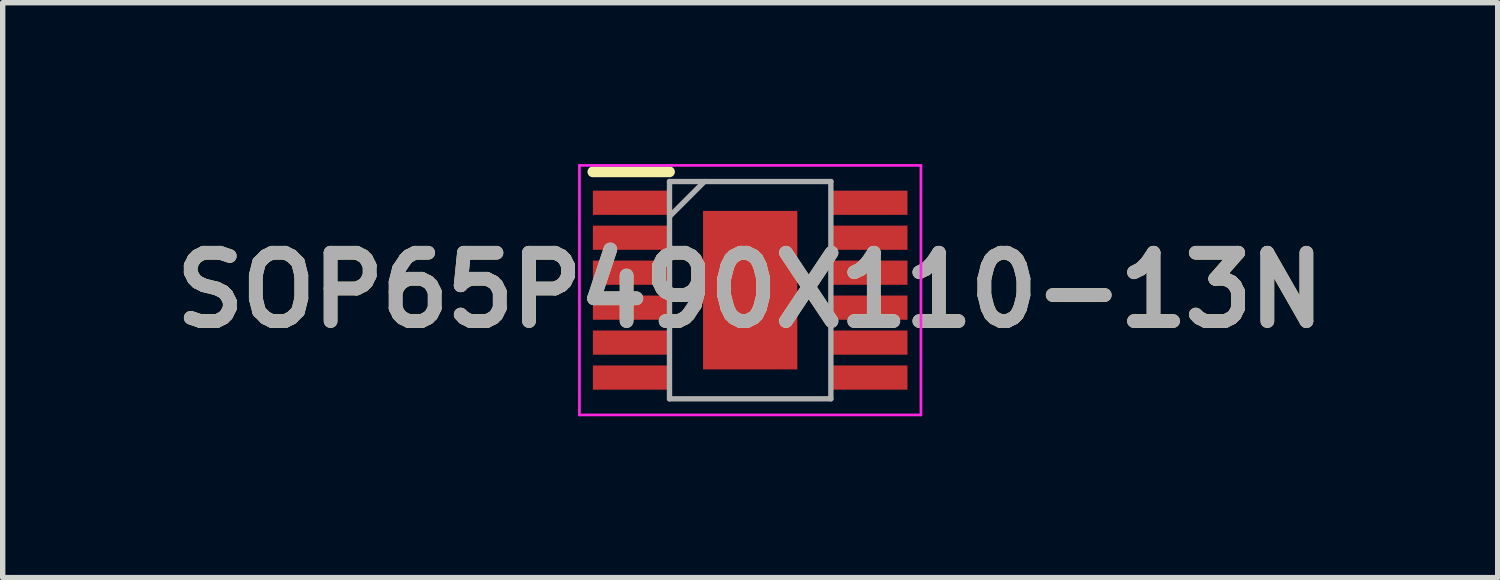
<source format=kicad_pcb>
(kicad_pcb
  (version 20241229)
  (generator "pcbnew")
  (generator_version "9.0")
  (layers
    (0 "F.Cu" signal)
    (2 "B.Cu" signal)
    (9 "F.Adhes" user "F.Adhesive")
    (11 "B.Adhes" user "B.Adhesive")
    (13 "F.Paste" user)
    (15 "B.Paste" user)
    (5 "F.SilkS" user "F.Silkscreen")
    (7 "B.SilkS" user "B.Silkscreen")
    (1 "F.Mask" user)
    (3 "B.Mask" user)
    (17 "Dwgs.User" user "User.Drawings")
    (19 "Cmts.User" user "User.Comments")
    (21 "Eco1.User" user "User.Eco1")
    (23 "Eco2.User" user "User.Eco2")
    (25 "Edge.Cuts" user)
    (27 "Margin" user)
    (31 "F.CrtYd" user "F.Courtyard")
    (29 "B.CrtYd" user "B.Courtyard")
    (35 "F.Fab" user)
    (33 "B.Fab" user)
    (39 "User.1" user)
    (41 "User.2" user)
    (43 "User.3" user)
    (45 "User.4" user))
  (footprint "SOP65P490X110-13N"
    (layer "F.Cu")
    (at 10.898 2.345)
    (property "Reference" "SOP65P490X110-13N" (at 0 0 0) (layer "F.SilkS") (effects (font (size 1.27 1.27) (thickness 0.254))))
    (attr smd)
    (fp_line (start -2.925 -2.2) (end -1.5 -2.2) (stroke (width 0.2) (type solid)) (layer "F.SilkS"))
    (fp_line (start -3.175 -2.32) (end 3.175 -2.32) (stroke (width 0.05) (type solid)) (layer "F.CrtYd"))
    (fp_line (start -3.175 2.32) (end -3.175 -2.32) (stroke (width 0.05) (type solid)) (layer "F.CrtYd"))
    (fp_line (start 3.175 -2.32) (end 3.175 2.32) (stroke (width 0.05) (type solid)) (layer "F.CrtYd"))
    (fp_line (start 3.175 2.32) (end -3.175 2.32) (stroke (width 0.05) (type solid)) (layer "F.CrtYd"))
    (fp_line (start -1.5 -2.02) (end 1.5 -2.02) (stroke (width 0.1) (type solid)) (layer "F.Fab"))
    (fp_line (start -1.5 -1.37) (end -0.85 -2.02) (stroke (width 0.1) (type solid)) (layer "F.Fab"))
    (fp_line (start -1.5 2.02) (end -1.5 -2.02) (stroke (width 0.1) (type solid)) (layer "F.Fab"))
    (fp_line (start 1.5 -2.02) (end 1.5 2.02) (stroke (width 0.1) (type solid)) (layer "F.Fab"))
    (fp_line (start 1.5 2.02) (end -1.5 2.02) (stroke (width 0.1) (type solid)) (layer "F.Fab"))
    (fp_text user "${REFERENCE}" (at 0 0 0) (layer "F.Fab") (effects (font (size 1.27 1.27) (thickness 0.254))))
    (pad "1" smd rect (at -2.212 -1.625 90) (size 0.45 1.425) (layers "F.Cu" "F.Mask" "F.Paste"))
    (pad "2" smd rect (at -2.212 -0.975 90) (size 0.45 1.425) (layers "F.Cu" "F.Mask" "F.Paste"))
    (pad "3" smd rect (at -2.212 -0.325 90) (size 0.45 1.425) (layers "F.Cu" "F.Mask" "F.Paste"))
    (pad "4" smd rect (at -2.212 0.325 90) (size 0.45 1.425) (layers "F.Cu" "F.Mask" "F.Paste"))
    (pad "5" smd rect (at -2.212 0.975 90) (size 0.45 1.425) (layers "F.Cu" "F.Mask" "F.Paste"))
    (pad "6" smd rect (at -2.212 1.625 90) (size 0.45 1.425) (layers "F.Cu" "F.Mask" "F.Paste"))
    (pad "7" smd rect (at 2.212 1.625 90) (size 0.45 1.425) (layers "F.Cu" "F.Mask" "F.Paste"))
    (pad "8" smd rect (at 2.212 0.975 90) (size 0.45 1.425) (layers "F.Cu" "F.Mask" "F.Paste"))
    (pad "9" smd rect (at 2.212 0.325 90) (size 0.45 1.425) (layers "F.Cu" "F.Mask" "F.Paste"))
    (pad "10" smd rect (at 2.212 -0.325 90) (size 0.45 1.425) (layers "F.Cu" "F.Mask" "F.Paste"))
    (pad "11" smd rect (at 2.212 -0.975 90) (size 0.45 1.425) (layers "F.Cu" "F.Mask" "F.Paste"))
    (pad "12" smd rect (at 2.212 -1.625 90) (size 0.45 1.425) (layers "F.Cu" "F.Mask" "F.Paste"))
    (pad "13" smd rect (at 0 0) (size 1.753 2.947) (layers "F.Cu" "F.Mask" "F.Paste")))
  (gr_rect
    (start -3 -3)
    (end 24.796 7.69)
    (stroke (width 0.1) (type default))
    (fill no)
    (layer "Edge.Cuts")))
</source>
